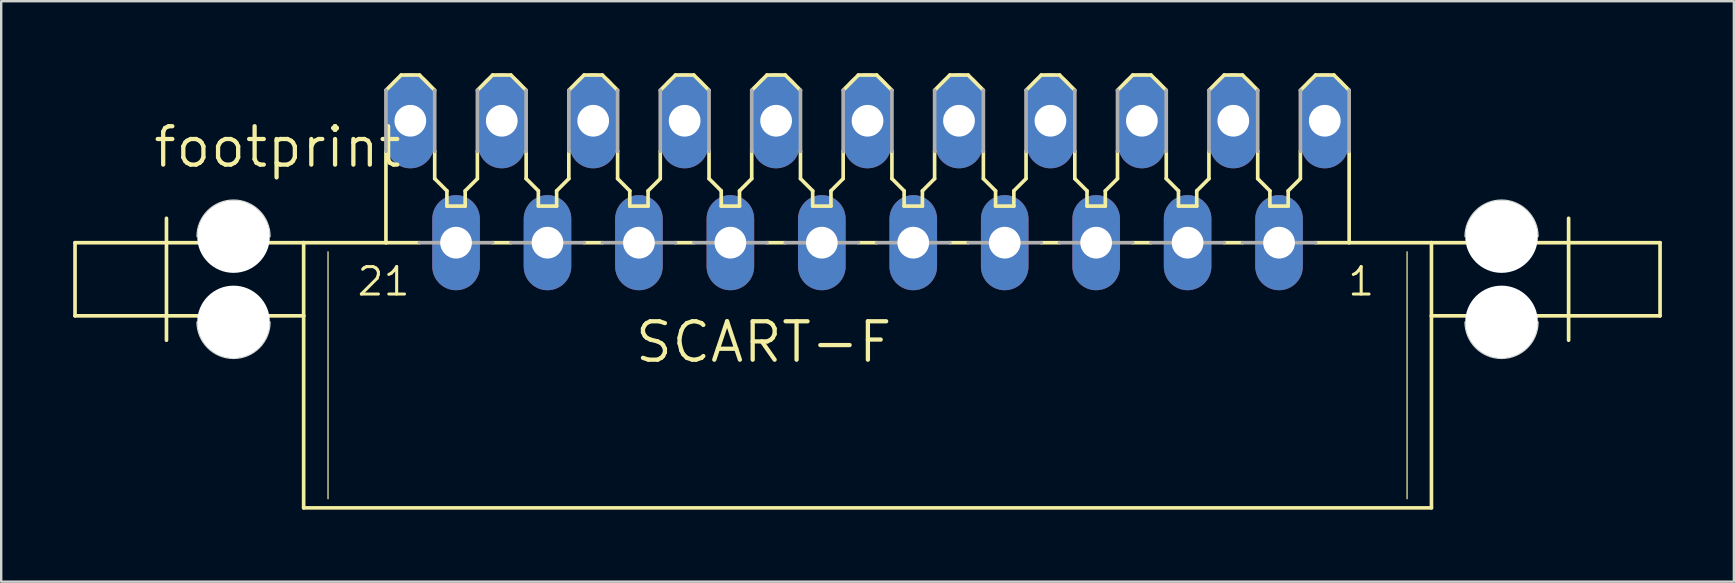
<source format=kicad_pcb>
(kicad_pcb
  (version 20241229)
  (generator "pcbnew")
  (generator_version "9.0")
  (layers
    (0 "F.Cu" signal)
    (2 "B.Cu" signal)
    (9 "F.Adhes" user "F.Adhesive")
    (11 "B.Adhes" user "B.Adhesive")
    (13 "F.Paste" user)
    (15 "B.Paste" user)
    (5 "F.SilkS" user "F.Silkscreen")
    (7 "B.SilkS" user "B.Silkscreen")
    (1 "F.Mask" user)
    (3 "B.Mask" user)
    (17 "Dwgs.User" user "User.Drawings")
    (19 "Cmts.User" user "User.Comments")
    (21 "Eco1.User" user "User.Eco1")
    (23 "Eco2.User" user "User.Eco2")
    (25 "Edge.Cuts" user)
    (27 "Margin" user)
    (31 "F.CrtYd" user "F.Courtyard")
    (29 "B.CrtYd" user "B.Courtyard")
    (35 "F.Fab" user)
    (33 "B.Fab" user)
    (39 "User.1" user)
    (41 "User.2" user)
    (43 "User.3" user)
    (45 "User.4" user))
  (footprint "footprint"
    (layer "F.Cu")
    (at 33.096 7.061)
    (property "Reference" "footprint" (at -29.845 -3.048 0) (layer "F.SilkS") (effects (font (size 1.6 1.6) (thickness 0.178)) (justify left bottom)))
    (fp_line (start -33.02 3.048) (end -33.02 0) (stroke (width 0.152) (type solid)) (layer "F.SilkS"))
    (fp_line (start -33.02 3.048) (end -23.495 3.048) (stroke (width 0.152) (type solid)) (layer "F.SilkS"))
    (fp_line (start -29.21 4.064) (end -29.21 -1.016) (stroke (width 0.152) (type solid)) (layer "F.SilkS"))
    (fp_line (start -23.495 0) (end -33.02 0) (stroke (width 0.152) (type solid)) (layer "F.SilkS"))
    (fp_line (start -23.495 3.048) (end -23.495 0) (stroke (width 0.152) (type solid)) (layer "F.SilkS"))
    (fp_line (start -23.495 11.049) (end -23.495 3.048) (stroke (width 0.152) (type solid)) (layer "F.SilkS"))
    (fp_line (start -23.495 11.049) (end 23.495 11.049) (stroke (width 0.152) (type solid)) (layer "F.SilkS"))
    (fp_line (start -22.479 0.381) (end -22.479 10.668) (stroke (width 0.051) (type solid)) (layer "F.SilkS"))
    (fp_line (start -20.066 0) (end -23.495 0) (stroke (width 0.152) (type solid)) (layer "F.SilkS"))
    (fp_line (start -20.066 0) (end -20.066 -3.81) (stroke (width 0.152) (type solid)) (layer "F.SilkS"))
    (fp_line (start -19.431 -6.985) (end -20.066 -6.35) (stroke (width 0.152) (type solid)) (layer "F.SilkS"))
    (fp_line (start -18.669 -6.985) (end -19.431 -6.985) (stroke (width 0.152) (type solid)) (layer "F.SilkS"))
    (fp_line (start -18.669 0) (end -20.066 0) (stroke (width 0.152) (type solid)) (layer "F.SilkS"))
    (fp_line (start -18.034 -6.35) (end -18.669 -6.985) (stroke (width 0.152) (type solid)) (layer "F.SilkS"))
    (fp_line (start -18.034 -2.667) (end -18.034 -3.81) (stroke (width 0.152) (type solid)) (layer "F.SilkS"))
    (fp_line (start -17.526 -2.159) (end -18.034 -2.667) (stroke (width 0.152) (type solid)) (layer "F.SilkS"))
    (fp_line (start -17.526 -1.524) (end -17.526 -2.159) (stroke (width 0.152) (type solid)) (layer "F.SilkS"))
    (fp_line (start -16.764 -2.159) (end -16.764 -1.524) (stroke (width 0.152) (type solid)) (layer "F.SilkS"))
    (fp_line (start -16.764 -1.524) (end -17.526 -1.524) (stroke (width 0.152) (type solid)) (layer "F.SilkS"))
    (fp_line (start -16.256 -3.81) (end -16.256 -2.667) (stroke (width 0.152) (type solid)) (layer "F.SilkS"))
    (fp_line (start -16.256 -2.667) (end -16.764 -2.159) (stroke (width 0.152) (type solid)) (layer "F.SilkS"))
    (fp_line (start -15.621 -6.985) (end -16.256 -6.35) (stroke (width 0.152) (type solid)) (layer "F.SilkS"))
    (fp_line (start -14.859 -6.985) (end -15.621 -6.985) (stroke (width 0.152) (type solid)) (layer "F.SilkS"))
    (fp_line (start -14.859 0) (end -15.621 0) (stroke (width 0.152) (type solid)) (layer "F.SilkS"))
    (fp_line (start -14.224 -6.35) (end -14.859 -6.985) (stroke (width 0.152) (type solid)) (layer "F.SilkS"))
    (fp_line (start -14.224 -2.667) (end -14.224 -3.81) (stroke (width 0.152) (type solid)) (layer "F.SilkS"))
    (fp_line (start -13.716 -2.159) (end -14.224 -2.667) (stroke (width 0.152) (type solid)) (layer "F.SilkS"))
    (fp_line (start -13.716 -1.524) (end -13.716 -2.159) (stroke (width 0.152) (type solid)) (layer "F.SilkS"))
    (fp_line (start -12.954 -2.159) (end -12.954 -1.524) (stroke (width 0.152) (type solid)) (layer "F.SilkS"))
    (fp_line (start -12.954 -1.524) (end -13.716 -1.524) (stroke (width 0.152) (type solid)) (layer "F.SilkS"))
    (fp_line (start -12.446 -3.81) (end -12.446 -2.667) (stroke (width 0.152) (type solid)) (layer "F.SilkS"))
    (fp_line (start -12.446 -2.667) (end -12.954 -2.159) (stroke (width 0.152) (type solid)) (layer "F.SilkS"))
    (fp_line (start -11.811 -6.985) (end -12.446 -6.35) (stroke (width 0.152) (type solid)) (layer "F.SilkS"))
    (fp_line (start -11.049 -6.985) (end -11.811 -6.985) (stroke (width 0.152) (type solid)) (layer "F.SilkS"))
    (fp_line (start -11.049 0) (end -11.811 0) (stroke (width 0.152) (type solid)) (layer "F.SilkS"))
    (fp_line (start -10.414 -6.35) (end -11.049 -6.985) (stroke (width 0.152) (type solid)) (layer "F.SilkS"))
    (fp_line (start -10.414 -2.667) (end -10.414 -3.81) (stroke (width 0.152) (type solid)) (layer "F.SilkS"))
    (fp_line (start -9.906 -2.159) (end -10.414 -2.667) (stroke (width 0.152) (type solid)) (layer "F.SilkS"))
    (fp_line (start -9.906 -1.524) (end -9.906 -2.159) (stroke (width 0.152) (type solid)) (layer "F.SilkS"))
    (fp_line (start -9.144 -2.159) (end -9.144 -1.524) (stroke (width 0.152) (type solid)) (layer "F.SilkS"))
    (fp_line (start -9.144 -1.524) (end -9.906 -1.524) (stroke (width 0.152) (type solid)) (layer "F.SilkS"))
    (fp_line (start -8.636 -3.81) (end -8.636 -2.667) (stroke (width 0.152) (type solid)) (layer "F.SilkS"))
    (fp_line (start -8.636 -2.667) (end -9.144 -2.159) (stroke (width 0.152) (type solid)) (layer "F.SilkS"))
    (fp_line (start -8.001 -6.985) (end -8.636 -6.35) (stroke (width 0.152) (type solid)) (layer "F.SilkS"))
    (fp_line (start -7.239 -6.985) (end -8.001 -6.985) (stroke (width 0.152) (type solid)) (layer "F.SilkS"))
    (fp_line (start -7.239 0) (end -8.001 0) (stroke (width 0.152) (type solid)) (layer "F.SilkS"))
    (fp_line (start -6.604 -6.35) (end -7.239 -6.985) (stroke (width 0.152) (type solid)) (layer "F.SilkS"))
    (fp_line (start -6.604 -2.667) (end -6.604 -3.81) (stroke (width 0.152) (type solid)) (layer "F.SilkS"))
    (fp_line (start -6.096 -2.159) (end -6.604 -2.667) (stroke (width 0.152) (type solid)) (layer "F.SilkS"))
    (fp_line (start -6.096 -1.524) (end -6.096 -2.159) (stroke (width 0.152) (type solid)) (layer "F.SilkS"))
    (fp_line (start -5.334 -2.159) (end -5.334 -1.524) (stroke (width 0.152) (type solid)) (layer "F.SilkS"))
    (fp_line (start -5.334 -1.524) (end -6.096 -1.524) (stroke (width 0.152) (type solid)) (layer "F.SilkS"))
    (fp_line (start -4.826 -3.81) (end -4.826 -2.667) (stroke (width 0.152) (type solid)) (layer "F.SilkS"))
    (fp_line (start -4.826 -2.667) (end -5.334 -2.159) (stroke (width 0.152) (type solid)) (layer "F.SilkS"))
    (fp_line (start -4.191 -6.985) (end -4.826 -6.35) (stroke (width 0.152) (type solid)) (layer "F.SilkS"))
    (fp_line (start -3.429 -6.985) (end -4.191 -6.985) (stroke (width 0.152) (type solid)) (layer "F.SilkS"))
    (fp_line (start -3.429 0) (end -4.191 0) (stroke (width 0.152) (type solid)) (layer "F.SilkS"))
    (fp_line (start -2.794 -6.35) (end -3.429 -6.985) (stroke (width 0.152) (type solid)) (layer "F.SilkS"))
    (fp_line (start -2.794 -2.667) (end -2.794 -3.81) (stroke (width 0.152) (type solid)) (layer "F.SilkS"))
    (fp_line (start -2.286 -2.159) (end -2.794 -2.667) (stroke (width 0.152) (type solid)) (layer "F.SilkS"))
    (fp_line (start -2.286 -1.524) (end -2.286 -2.159) (stroke (width 0.152) (type solid)) (layer "F.SilkS"))
    (fp_line (start -1.524 -2.159) (end -1.524 -1.524) (stroke (width 0.152) (type solid)) (layer "F.SilkS"))
    (fp_line (start -1.524 -1.524) (end -2.286 -1.524) (stroke (width 0.152) (type solid)) (layer "F.SilkS"))
    (fp_line (start -1.016 -3.81) (end -1.016 -2.667) (stroke (width 0.152) (type solid)) (layer "F.SilkS"))
    (fp_line (start -1.016 -2.667) (end -1.524 -2.159) (stroke (width 0.152) (type solid)) (layer "F.SilkS"))
    (fp_line (start -0.381 -6.985) (end -1.016 -6.35) (stroke (width 0.152) (type solid)) (layer "F.SilkS"))
    (fp_line (start 0.381 -6.985) (end -0.381 -6.985) (stroke (width 0.152) (type solid)) (layer "F.SilkS"))
    (fp_line (start 0.381 0) (end -0.381 0) (stroke (width 0.152) (type solid)) (layer "F.SilkS"))
    (fp_line (start 1.016 -6.35) (end 0.381 -6.985) (stroke (width 0.152) (type solid)) (layer "F.SilkS"))
    (fp_line (start 1.016 -2.667) (end 1.016 -3.81) (stroke (width 0.152) (type solid)) (layer "F.SilkS"))
    (fp_line (start 1.524 -2.159) (end 1.016 -2.667) (stroke (width 0.152) (type solid)) (layer "F.SilkS"))
    (fp_line (start 1.524 -1.524) (end 1.524 -2.159) (stroke (width 0.152) (type solid)) (layer "F.SilkS"))
    (fp_line (start 2.286 -2.159) (end 2.286 -1.524) (stroke (width 0.152) (type solid)) (layer "F.SilkS"))
    (fp_line (start 2.286 -1.524) (end 1.524 -1.524) (stroke (width 0.152) (type solid)) (layer "F.SilkS"))
    (fp_line (start 2.794 -3.81) (end 2.794 -2.667) (stroke (width 0.152) (type solid)) (layer "F.SilkS"))
    (fp_line (start 2.794 -2.667) (end 2.286 -2.159) (stroke (width 0.152) (type solid)) (layer "F.SilkS"))
    (fp_line (start 3.429 -6.985) (end 2.794 -6.35) (stroke (width 0.152) (type solid)) (layer "F.SilkS"))
    (fp_line (start 4.191 -6.985) (end 3.429 -6.985) (stroke (width 0.152) (type solid)) (layer "F.SilkS"))
    (fp_line (start 4.191 0) (end 3.429 0) (stroke (width 0.152) (type solid)) (layer "F.SilkS"))
    (fp_line (start 4.826 -6.35) (end 4.191 -6.985) (stroke (width 0.152) (type solid)) (layer "F.SilkS"))
    (fp_line (start 4.826 -2.667) (end 4.826 -3.81) (stroke (width 0.152) (type solid)) (layer "F.SilkS"))
    (fp_line (start 5.334 -2.159) (end 4.826 -2.667) (stroke (width 0.152) (type solid)) (layer "F.SilkS"))
    (fp_line (start 5.334 -1.524) (end 5.334 -2.159) (stroke (width 0.152) (type solid)) (layer "F.SilkS"))
    (fp_line (start 6.096 -2.159) (end 6.096 -1.524) (stroke (width 0.152) (type solid)) (layer "F.SilkS"))
    (fp_line (start 6.096 -1.524) (end 5.334 -1.524) (stroke (width 0.152) (type solid)) (layer "F.SilkS"))
    (fp_line (start 6.604 -3.81) (end 6.604 -2.667) (stroke (width 0.152) (type solid)) (layer "F.SilkS"))
    (fp_line (start 6.604 -2.667) (end 6.096 -2.159) (stroke (width 0.152) (type solid)) (layer "F.SilkS"))
    (fp_line (start 7.239 -6.985) (end 6.604 -6.35) (stroke (width 0.152) (type solid)) (layer "F.SilkS"))
    (fp_line (start 8.001 -6.985) (end 7.239 -6.985) (stroke (width 0.152) (type solid)) (layer "F.SilkS"))
    (fp_line (start 8.001 0) (end 7.239 0) (stroke (width 0.152) (type solid)) (layer "F.SilkS"))
    (fp_line (start 8.636 -6.35) (end 8.001 -6.985) (stroke (width 0.152) (type solid)) (layer "F.SilkS"))
    (fp_line (start 8.636 -2.667) (end 8.636 -3.81) (stroke (width 0.152) (type solid)) (layer "F.SilkS"))
    (fp_line (start 9.144 -2.159) (end 8.636 -2.667) (stroke (width 0.152) (type solid)) (layer "F.SilkS"))
    (fp_line (start 9.144 -1.524) (end 9.144 -2.159) (stroke (width 0.152) (type solid)) (layer "F.SilkS"))
    (fp_line (start 9.906 -2.159) (end 9.906 -1.524) (stroke (width 0.152) (type solid)) (layer "F.SilkS"))
    (fp_line (start 9.906 -1.524) (end 9.144 -1.524) (stroke (width 0.152) (type solid)) (layer "F.SilkS"))
    (fp_line (start 10.414 -3.81) (end 10.414 -2.667) (stroke (width 0.152) (type solid)) (layer "F.SilkS"))
    (fp_line (start 10.414 -2.667) (end 9.906 -2.159) (stroke (width 0.152) (type solid)) (layer "F.SilkS"))
    (fp_line (start 11.049 -6.985) (end 10.414 -6.35) (stroke (width 0.152) (type solid)) (layer "F.SilkS"))
    (fp_line (start 11.811 -6.985) (end 11.049 -6.985) (stroke (width 0.152) (type solid)) (layer "F.SilkS"))
    (fp_line (start 11.811 0) (end 11.049 0) (stroke (width 0.152) (type solid)) (layer "F.SilkS"))
    (fp_line (start 12.446 -6.35) (end 11.811 -6.985) (stroke (width 0.152) (type solid)) (layer "F.SilkS"))
    (fp_line (start 12.446 -2.667) (end 12.446 -3.81) (stroke (width 0.152) (type solid)) (layer "F.SilkS"))
    (fp_line (start 12.954 -2.159) (end 12.446 -2.667) (stroke (width 0.152) (type solid)) (layer "F.SilkS"))
    (fp_line (start 12.954 -1.524) (end 12.954 -2.159) (stroke (width 0.152) (type solid)) (layer "F.SilkS"))
    (fp_line (start 13.716 -2.159) (end 13.716 -1.524) (stroke (width 0.152) (type solid)) (layer "F.SilkS"))
    (fp_line (start 13.716 -1.524) (end 12.954 -1.524) (stroke (width 0.152) (type solid)) (layer "F.SilkS"))
    (fp_line (start 14.224 -3.81) (end 14.224 -2.667) (stroke (width 0.152) (type solid)) (layer "F.SilkS"))
    (fp_line (start 14.224 -2.667) (end 13.716 -2.159) (stroke (width 0.152) (type solid)) (layer "F.SilkS"))
    (fp_line (start 14.859 -6.985) (end 14.224 -6.35) (stroke (width 0.152) (type solid)) (layer "F.SilkS"))
    (fp_line (start 15.621 -6.985) (end 14.859 -6.985) (stroke (width 0.152) (type solid)) (layer "F.SilkS"))
    (fp_line (start 15.621 0) (end 14.859 0) (stroke (width 0.152) (type solid)) (layer "F.SilkS"))
    (fp_line (start 16.256 -6.35) (end 15.621 -6.985) (stroke (width 0.152) (type solid)) (layer "F.SilkS"))
    (fp_line (start 16.256 -2.667) (end 16.256 -3.81) (stroke (width 0.152) (type solid)) (layer "F.SilkS"))
    (fp_line (start 16.764 -2.159) (end 16.256 -2.667) (stroke (width 0.152) (type solid)) (layer "F.SilkS"))
    (fp_line (start 16.764 -1.524) (end 16.764 -2.159) (stroke (width 0.152) (type solid)) (layer "F.SilkS"))
    (fp_line (start 17.526 -2.159) (end 17.526 -1.524) (stroke (width 0.152) (type solid)) (layer "F.SilkS"))
    (fp_line (start 17.526 -1.524) (end 16.764 -1.524) (stroke (width 0.152) (type solid)) (layer "F.SilkS"))
    (fp_line (start 18.034 -3.81) (end 18.034 -2.667) (stroke (width 0.152) (type solid)) (layer "F.SilkS"))
    (fp_line (start 18.034 -2.667) (end 17.526 -2.159) (stroke (width 0.152) (type solid)) (layer "F.SilkS"))
    (fp_line (start 18.669 -6.985) (end 18.034 -6.35) (stroke (width 0.152) (type solid)) (layer "F.SilkS"))
    (fp_line (start 18.669 -6.985) (end 19.431 -6.985) (stroke (width 0.152) (type solid)) (layer "F.SilkS"))
    (fp_line (start 20.066 -6.35) (end 19.431 -6.985) (stroke (width 0.152) (type solid)) (layer "F.SilkS"))
    (fp_line (start 20.066 0) (end 18.669 0) (stroke (width 0.152) (type solid)) (layer "F.SilkS"))
    (fp_line (start 20.066 0) (end 20.066 -3.81) (stroke (width 0.152) (type solid)) (layer "F.SilkS"))
    (fp_line (start 22.479 0.381) (end 22.479 10.668) (stroke (width 0.051) (type solid)) (layer "F.SilkS"))
    (fp_line (start 23.495 0) (end 20.066 0) (stroke (width 0.152) (type solid)) (layer "F.SilkS"))
    (fp_line (start 23.495 3.048) (end 23.495 0) (stroke (width 0.152) (type solid)) (layer "F.SilkS"))
    (fp_line (start 23.495 3.048) (end 33.02 3.048) (stroke (width 0.152) (type solid)) (layer "F.SilkS"))
    (fp_line (start 23.495 11.049) (end 23.495 3.048) (stroke (width 0.152) (type solid)) (layer "F.SilkS"))
    (fp_line (start 29.21 4.064) (end 29.21 -1.016) (stroke (width 0.152) (type solid)) (layer "F.SilkS"))
    (fp_line (start 33.02 0) (end 23.495 0) (stroke (width 0.152) (type solid)) (layer "F.SilkS"))
    (fp_line (start 33.02 3.048) (end 33.02 0) (stroke (width 0.152) (type solid)) (layer "F.SilkS"))
    (fp_line (start -27.94 3.302) (end -27.94 -0.254) (stroke (width 0.002) (type solid)) (layer "Edge.Cuts"))
    (fp_line (start -24.892 -0.254) (end -24.892 3.302) (stroke (width 0.002) (type solid)) (layer "Edge.Cuts"))
    (fp_line (start 24.892 3.302) (end 24.892 -0.254) (stroke (width 0.002) (type solid)) (layer "Edge.Cuts"))
    (fp_line (start 27.94 -0.254) (end 27.94 3.302) (stroke (width 0.002) (type solid)) (layer "Edge.Cuts"))
    (fp_arc (start -27.94 -0.254) (mid -26.415999 -1.777999) (end -24.892 -0.253998) (stroke (width 0.05) (type solid)) (layer "Edge.Cuts"))
    (fp_arc (start -24.892 3.302) (mid -26.416 4.826) (end -27.94 3.302) (stroke (width 0.05) (type solid)) (layer "Edge.Cuts"))
    (fp_arc (start 24.892 -0.254) (mid 26.416001 -1.777999) (end 27.94 -0.253998) (stroke (width 0.05) (type solid)) (layer "Edge.Cuts"))
    (fp_arc (start 27.94 3.302) (mid 26.416 4.826) (end 24.892 3.302) (stroke (width 0.05) (type solid)) (layer "Edge.Cuts"))
    (fp_line (start -20.066 -6.35) (end -20.066 -3.81) (stroke (width 0.152) (type solid)) (layer "F.Fab"))
    (fp_line (start -18.669 0) (end -15.621 0) (stroke (width 0.152) (type solid)) (layer "F.Fab"))
    (fp_line (start -18.034 -3.81) (end -18.034 -6.35) (stroke (width 0.152) (type solid)) (layer "F.Fab"))
    (fp_line (start -16.256 -6.35) (end -16.256 -3.81) (stroke (width 0.152) (type solid)) (layer "F.Fab"))
    (fp_line (start -14.859 0) (end -11.811 0) (stroke (width 0.152) (type solid)) (layer "F.Fab"))
    (fp_line (start -14.224 -3.81) (end -14.224 -6.35) (stroke (width 0.152) (type solid)) (layer "F.Fab"))
    (fp_line (start -12.446 -6.35) (end -12.446 -3.81) (stroke (width 0.152) (type solid)) (layer "F.Fab"))
    (fp_line (start -11.049 0) (end -8.001 0) (stroke (width 0.152) (type solid)) (layer "F.Fab"))
    (fp_line (start -10.414 -3.81) (end -10.414 -6.35) (stroke (width 0.152) (type solid)) (layer "F.Fab"))
    (fp_line (start -8.636 -6.35) (end -8.636 -3.81) (stroke (width 0.152) (type solid)) (layer "F.Fab"))
    (fp_line (start -7.239 0) (end -4.191 0) (stroke (width 0.152) (type solid)) (layer "F.Fab"))
    (fp_line (start -6.604 -3.81) (end -6.604 -6.35) (stroke (width 0.152) (type solid)) (layer "F.Fab"))
    (fp_line (start -4.826 -6.35) (end -4.826 -3.81) (stroke (width 0.152) (type solid)) (layer "F.Fab"))
    (fp_line (start -3.429 0) (end -0.381 0) (stroke (width 0.152) (type solid)) (layer "F.Fab"))
    (fp_line (start -2.794 -3.81) (end -2.794 -6.35) (stroke (width 0.152) (type solid)) (layer "F.Fab"))
    (fp_line (start -1.016 -6.35) (end -1.016 -3.81) (stroke (width 0.152) (type solid)) (layer "F.Fab"))
    (fp_line (start 0.381 0) (end 3.429 0) (stroke (width 0.152) (type solid)) (layer "F.Fab"))
    (fp_line (start 1.016 -3.81) (end 1.016 -6.35) (stroke (width 0.152) (type solid)) (layer "F.Fab"))
    (fp_line (start 2.794 -6.35) (end 2.794 -3.81) (stroke (width 0.152) (type solid)) (layer "F.Fab"))
    (fp_line (start 4.191 0) (end 7.239 0) (stroke (width 0.152) (type solid)) (layer "F.Fab"))
    (fp_line (start 4.826 -3.81) (end 4.826 -6.35) (stroke (width 0.152) (type solid)) (layer "F.Fab"))
    (fp_line (start 6.604 -6.35) (end 6.604 -3.81) (stroke (width 0.152) (type solid)) (layer "F.Fab"))
    (fp_line (start 8.001 0) (end 11.049 0) (stroke (width 0.152) (type solid)) (layer "F.Fab"))
    (fp_line (start 8.636 -3.81) (end 8.636 -6.35) (stroke (width 0.152) (type solid)) (layer "F.Fab"))
    (fp_line (start 10.414 -6.35) (end 10.414 -3.81) (stroke (width 0.152) (type solid)) (layer "F.Fab"))
    (fp_line (start 11.811 0) (end 14.859 0) (stroke (width 0.152) (type solid)) (layer "F.Fab"))
    (fp_line (start 12.446 -3.81) (end 12.446 -6.35) (stroke (width 0.152) (type solid)) (layer "F.Fab"))
    (fp_line (start 14.224 -6.35) (end 14.224 -3.81) (stroke (width 0.152) (type solid)) (layer "F.Fab"))
    (fp_line (start 15.621 0) (end 18.669 0) (stroke (width 0.152) (type solid)) (layer "F.Fab"))
    (fp_line (start 16.256 -3.81) (end 16.256 -6.35) (stroke (width 0.152) (type solid)) (layer "F.Fab"))
    (fp_line (start 18.034 -6.35) (end 18.034 -3.81) (stroke (width 0.152) (type solid)) (layer "F.Fab"))
    (fp_line (start 20.066 -3.81) (end 20.066 -6.35) (stroke (width 0.152) (type solid)) (layer "F.Fab"))
    (fp_text user "21" (at -21.336 2.286 0) (layer "F.SilkS") (effects (font (size 1.143 1.143) (thickness 0.127)) (justify left bottom)))
    (fp_text user "SCART-F" (at -9.779 5.08 0) (layer "F.SilkS") (effects (font (size 1.6 1.6) (thickness 0.178)) (justify left bottom)))
    (fp_text user "1" (at 19.939 2.286 0) (layer "F.SilkS") (effects (font (size 1.143 1.143) (thickness 0.127)) (justify left bottom)))
    (pad "" np_thru_hole circle (at -26.416 -0.254) (size 3.023 3.023) (drill 3.023) (layers "*.Cu" "*.Mask"))
    (pad "" np_thru_hole circle (at -26.416 3.302) (size 3.023 3.023) (drill 3.023) (layers "*.Cu" "*.Mask"))
    (pad "" np_thru_hole circle (at 26.416 -0.254) (size 3.023 3.023) (drill 3.023) (layers "*.Cu" "*.Mask"))
    (pad "" np_thru_hole circle (at 26.416 3.302) (size 3.023 3.023) (drill 3.023) (layers "*.Cu" "*.Mask"))
    (pad "1" thru_hole oval (at 19.05 -5.08 90) (size 3.962 1.981) (drill 1.321) (layers "*.Cu" "*.Mask"))
    (pad "2" thru_hole oval (at 17.145 0 90) (size 3.962 1.981) (drill 1.321) (layers "*.Cu" "*.Mask"))
    (pad "3" thru_hole oval (at 15.24 -5.08 90) (size 3.962 1.981) (drill 1.321) (layers "*.Cu" "*.Mask"))
    (pad "4" thru_hole oval (at 13.335 0 90) (size 3.962 1.981) (drill 1.321) (layers "*.Cu" "*.Mask"))
    (pad "5" thru_hole oval (at 11.43 -5.08 90) (size 3.962 1.981) (drill 1.321) (layers "*.Cu" "*.Mask"))
    (pad "6" thru_hole oval (at 9.525 0 90) (size 3.962 1.981) (drill 1.321) (layers "*.Cu" "*.Mask"))
    (pad "7" thru_hole oval (at 7.62 -5.08 90) (size 3.962 1.981) (drill 1.321) (layers "*.Cu" "*.Mask"))
    (pad "8" thru_hole oval (at 5.715 0 90) (size 3.962 1.981) (drill 1.321) (layers "*.Cu" "*.Mask"))
    (pad "9" thru_hole oval (at 3.81 -5.08 90) (size 3.962 1.981) (drill 1.321) (layers "*.Cu" "*.Mask"))
    (pad "10" thru_hole oval (at 1.905 0 90) (size 3.962 1.981) (drill 1.321) (layers "*.Cu" "*.Mask"))
    (pad "11" thru_hole oval (at 0 -5.08 90) (size 3.962 1.981) (drill 1.321) (layers "*.Cu" "*.Mask"))
    (pad "12" thru_hole oval (at -1.905 0 90) (size 3.962 1.981) (drill 1.321) (layers "*.Cu" "*.Mask"))
    (pad "13" thru_hole oval (at -3.81 -5.08 90) (size 3.962 1.981) (drill 1.321) (layers "*.Cu" "*.Mask"))
    (pad "14" thru_hole oval (at -5.715 0 90) (size 3.962 1.981) (drill 1.321) (layers "*.Cu" "*.Mask"))
    (pad "15" thru_hole oval (at -7.62 -5.08 90) (size 3.962 1.981) (drill 1.321) (layers "*.Cu" "*.Mask"))
    (pad "16" thru_hole oval (at -9.525 0 90) (size 3.962 1.981) (drill 1.321) (layers "*.Cu" "*.Mask"))
    (pad "17" thru_hole oval (at -11.43 -5.08 90) (size 3.962 1.981) (drill 1.321) (layers "*.Cu" "*.Mask"))
    (pad "18" thru_hole oval (at -13.335 0 90) (size 3.962 1.981) (drill 1.321) (layers "*.Cu" "*.Mask"))
    (pad "19" thru_hole oval (at -15.24 -5.08 90) (size 3.962 1.981) (drill 1.321) (layers "*.Cu" "*.Mask"))
    (pad "20" thru_hole oval (at -17.145 0 90) (size 3.962 1.981) (drill 1.321) (layers "*.Cu" "*.Mask"))
    (pad "21" thru_hole oval (at -19.05 -5.08 90) (size 3.962 1.981) (drill 1.321) (layers "*.Cu" "*.Mask")))
  (gr_rect
    (start -3 -3)
    (end 69.192 21.186)
    (stroke (width 0.1) (type default))
    (fill no)
    (layer "Edge.Cuts")))
</source>
